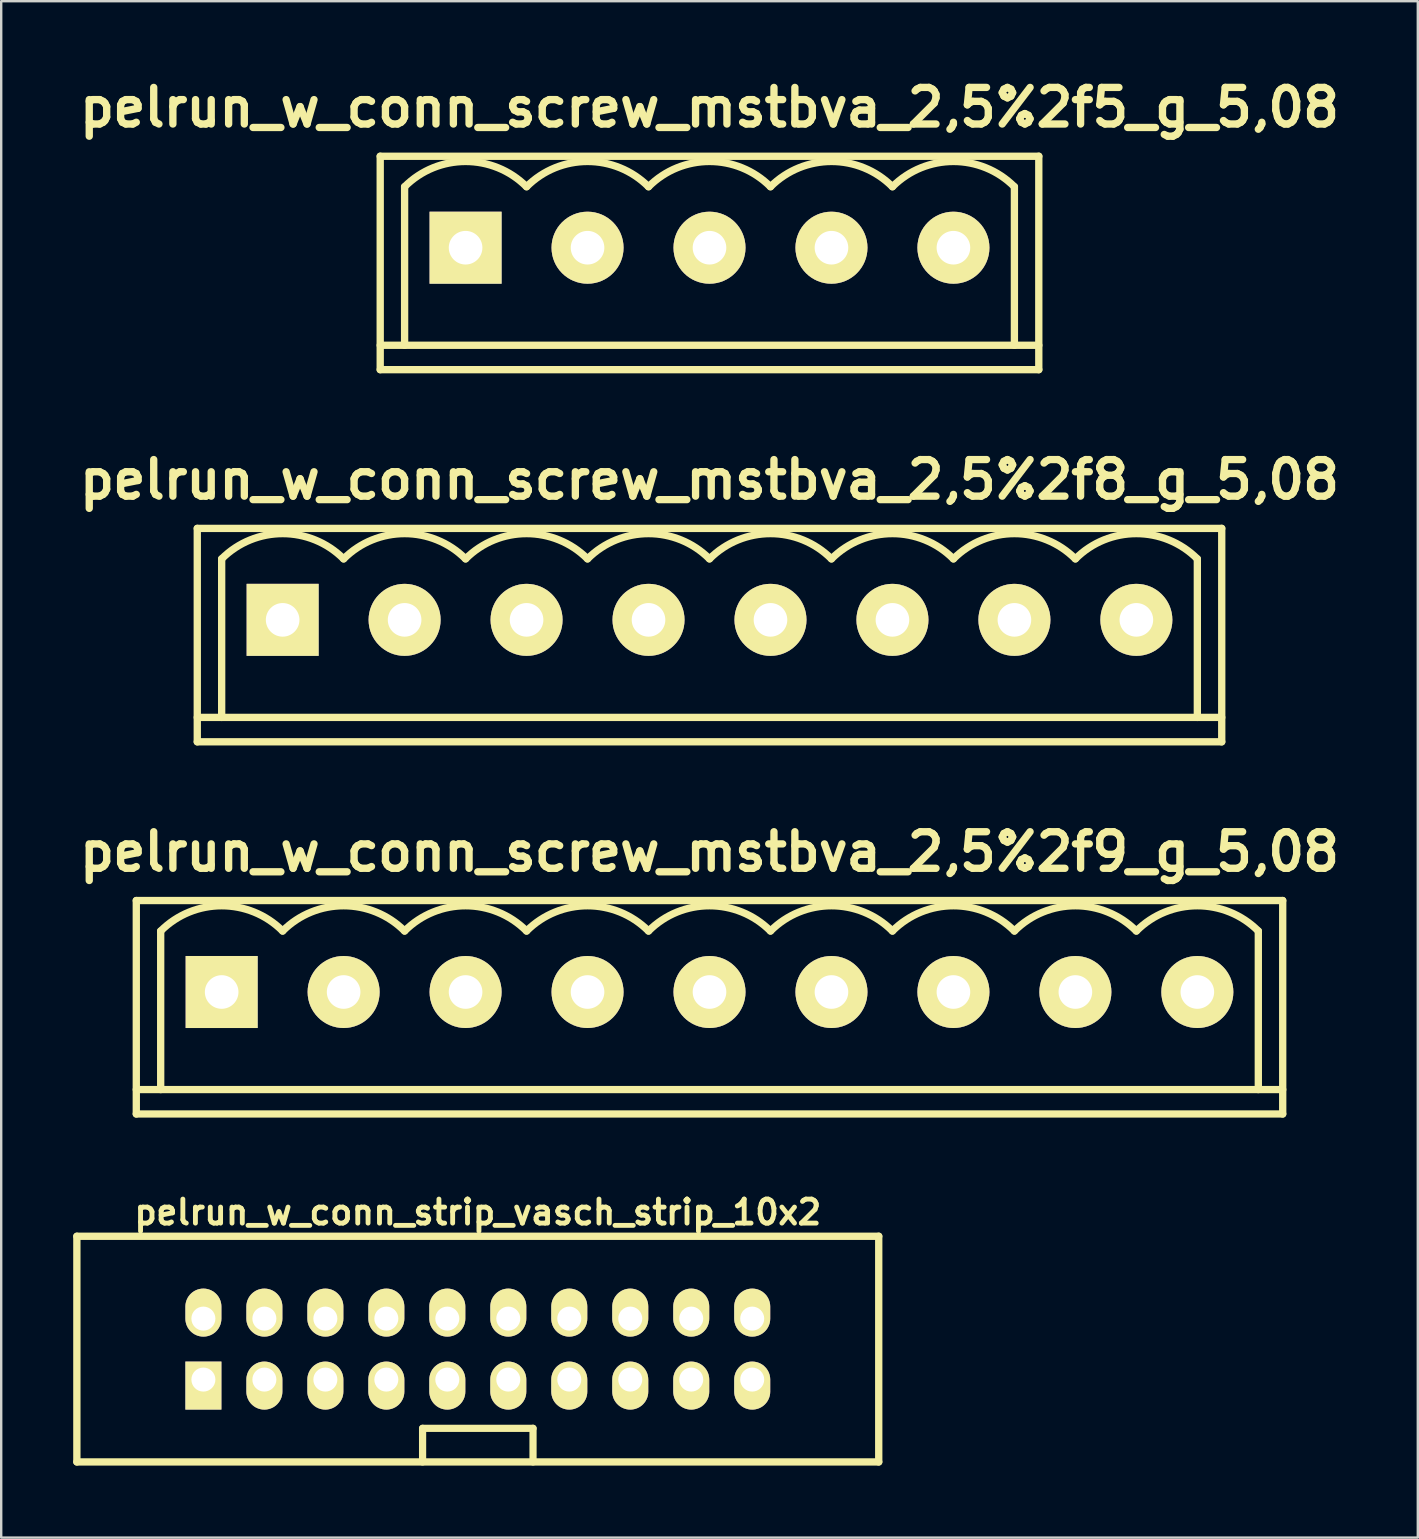
<source format=kicad_pcb>
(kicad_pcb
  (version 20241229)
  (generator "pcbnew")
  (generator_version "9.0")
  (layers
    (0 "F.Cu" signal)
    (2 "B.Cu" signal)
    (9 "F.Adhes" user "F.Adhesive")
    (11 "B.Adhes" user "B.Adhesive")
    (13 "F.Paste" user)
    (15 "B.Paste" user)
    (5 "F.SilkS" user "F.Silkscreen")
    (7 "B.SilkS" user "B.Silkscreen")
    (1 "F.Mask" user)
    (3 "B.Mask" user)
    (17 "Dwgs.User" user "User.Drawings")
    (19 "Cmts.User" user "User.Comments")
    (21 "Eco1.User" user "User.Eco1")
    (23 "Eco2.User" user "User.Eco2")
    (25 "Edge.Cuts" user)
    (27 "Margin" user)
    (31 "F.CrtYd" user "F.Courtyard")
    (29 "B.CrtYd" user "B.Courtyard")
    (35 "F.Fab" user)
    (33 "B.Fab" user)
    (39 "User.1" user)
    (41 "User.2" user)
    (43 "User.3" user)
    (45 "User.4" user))
  (footprint "pelrun_w_conn_screw_mstbva_2,5%2f8_g_5,08"
    (layer "F.Cu")
    (at 26.503 22.769)
    (property "Reference" "pelrun_w_conn_screw_mstbva_2,5%2f8_g_5,08" (at 0 -5.842 0) (layer "F.SilkS") (effects (font (size 1.524 1.524) (thickness 0.305))))
    (attr through_hole)
    (fp_line (start -21.336 -3.81) (end -21.336 5.08) (stroke (width 0.305) (type solid)) (layer "F.SilkS"))
    (fp_line (start -21.336 5.08) (end 21.336 5.08) (stroke (width 0.305) (type solid)) (layer "F.SilkS"))
    (fp_line (start -20.32 -2.54) (end -20.32 4.064) (stroke (width 0.305) (type solid)) (layer "F.SilkS"))
    (fp_line (start 20.32 -2.54) (end 20.32 4.064) (stroke (width 0.305) (type solid)) (layer "F.SilkS"))
    (fp_line (start 21.336 -3.81) (end -21.336 -3.81) (stroke (width 0.305) (type solid)) (layer "F.SilkS"))
    (fp_line (start 21.336 4.064) (end -21.336 4.064) (stroke (width 0.305) (type solid)) (layer "F.SilkS"))
    (fp_line (start 21.336 5.08) (end 21.336 -3.81) (stroke (width 0.305) (type solid)) (layer "F.SilkS"))
    (fp_arc (start -20.32 -2.54) (mid -17.78 -3.592102) (end -15.24 -2.54) (stroke (width 0.3048) (type solid)) (layer "F.SilkS"))
    (fp_arc (start -15.24 -2.54) (mid -12.7 -3.592102) (end -10.16 -2.54) (stroke (width 0.3048) (type solid)) (layer "F.SilkS"))
    (fp_arc (start -10.16 -2.54) (mid -7.62 -3.592102) (end -5.08 -2.54) (stroke (width 0.3048) (type solid)) (layer "F.SilkS"))
    (fp_arc (start -5.08 -2.54) (mid -2.54 -3.592102) (end 0 -2.54) (stroke (width 0.3048) (type solid)) (layer "F.SilkS"))
    (fp_arc (start 0 -2.54) (mid 2.54 -3.592102) (end 5.08 -2.54) (stroke (width 0.3048) (type solid)) (layer "F.SilkS"))
    (fp_arc (start 5.08 -2.54) (mid 7.62 -3.592102) (end 10.16 -2.54) (stroke (width 0.3048) (type solid)) (layer "F.SilkS"))
    (fp_arc (start 10.16 -2.54) (mid 12.7 -3.592102) (end 15.24 -2.54) (stroke (width 0.3048) (type solid)) (layer "F.SilkS"))
    (fp_arc (start 15.24 -2.54) (mid 17.78 -3.592102) (end 20.32 -2.54) (stroke (width 0.3048) (type solid)) (layer "F.SilkS"))
    (pad "1" thru_hole rect (at -17.78 0) (size 3 3) (drill 1.4) (layers "*.Cu" "*.Mask" "F.SilkS"))
    (pad "2" thru_hole circle (at -12.7 0) (size 3 3) (drill 1.4) (layers "*.Cu" "*.Mask" "F.SilkS"))
    (pad "3" thru_hole circle (at -7.62 0) (size 3 3) (drill 1.4) (layers "*.Cu" "*.Mask" "F.SilkS"))
    (pad "4" thru_hole circle (at -2.54 0) (size 3 3) (drill 1.4) (layers "*.Cu" "*.Mask" "F.SilkS"))
    (pad "5" thru_hole circle (at 2.54 0) (size 3 3) (drill 1.4) (layers "*.Cu" "*.Mask" "F.SilkS"))
    (pad "6" thru_hole circle (at 7.62 0) (size 3 3) (drill 1.4) (layers "*.Cu" "*.Mask" "F.SilkS"))
    (pad "7" thru_hole circle (at 12.7 0) (size 3 3) (drill 1.4) (layers "*.Cu" "*.Mask" "F.SilkS"))
    (pad "8" thru_hole circle (at 17.78 0) (size 3 3) (drill 1.4) (layers "*.Cu" "*.Mask" "F.SilkS")))
  (footprint "pelrun_w_conn_screw_mstbva_2,5%2f9_g_5,08"
    (layer "F.Cu")
    (at 26.503 38.27)
    (property "Reference" "pelrun_w_conn_screw_mstbva_2,5%2f9_g_5,08" (at 0 -5.842 0) (layer "F.SilkS") (effects (font (size 1.524 1.524) (thickness 0.305))))
    (attr through_hole)
    (fp_line (start -23.876 -3.81) (end -23.876 5.08) (stroke (width 0.305) (type solid)) (layer "F.SilkS"))
    (fp_line (start -23.876 4.064) (end 23.876 4.064) (stroke (width 0.305) (type solid)) (layer "F.SilkS"))
    (fp_line (start -22.86 -2.54) (end -22.86 4.064) (stroke (width 0.305) (type solid)) (layer "F.SilkS"))
    (fp_line (start 22.86 -2.54) (end 22.86 4.064) (stroke (width 0.305) (type solid)) (layer "F.SilkS"))
    (fp_line (start 23.876 -3.81) (end -23.876 -3.81) (stroke (width 0.305) (type solid)) (layer "F.SilkS"))
    (fp_line (start 23.876 5.08) (end -23.876 5.08) (stroke (width 0.305) (type solid)) (layer "F.SilkS"))
    (fp_line (start 23.876 5.08) (end 23.876 -3.81) (stroke (width 0.305) (type solid)) (layer "F.SilkS"))
    (fp_arc (start -22.86 -2.54) (mid -20.32 -3.592102) (end -17.78 -2.54) (stroke (width 0.3048) (type solid)) (layer "F.SilkS"))
    (fp_arc (start -17.78 -2.54) (mid -15.24 -3.592102) (end -12.7 -2.54) (stroke (width 0.3048) (type solid)) (layer "F.SilkS"))
    (fp_arc (start -12.7 -2.54) (mid -10.16 -3.592102) (end -7.62 -2.54) (stroke (width 0.3048) (type solid)) (layer "F.SilkS"))
    (fp_arc (start -7.62 -2.54) (mid -5.08 -3.592102) (end -2.54 -2.54) (stroke (width 0.3048) (type solid)) (layer "F.SilkS"))
    (fp_arc (start -2.54 -2.54) (mid 0 -3.592102) (end 2.54 -2.54) (stroke (width 0.3048) (type solid)) (layer "F.SilkS"))
    (fp_arc (start 2.54 -2.54) (mid 5.08 -3.592102) (end 7.62 -2.54) (stroke (width 0.3048) (type solid)) (layer "F.SilkS"))
    (fp_arc (start 7.62 -2.54) (mid 10.16 -3.592102) (end 12.7 -2.54) (stroke (width 0.3048) (type solid)) (layer "F.SilkS"))
    (fp_arc (start 12.7 -2.54) (mid 15.24 -3.592102) (end 17.78 -2.54) (stroke (width 0.3048) (type solid)) (layer "F.SilkS"))
    (fp_arc (start 17.78 -2.54) (mid 20.32 -3.592102) (end 22.86 -2.54) (stroke (width 0.3048) (type solid)) (layer "F.SilkS"))
    (pad "1" thru_hole rect (at -20.32 0) (size 3 3) (drill 1.4) (layers "*.Cu" "*.Mask" "F.SilkS"))
    (pad "2" thru_hole circle (at -15.24 0) (size 3 3) (drill 1.4) (layers "*.Cu" "*.Mask" "F.SilkS"))
    (pad "3" thru_hole circle (at -10.16 0) (size 3 3) (drill 1.4) (layers "*.Cu" "*.Mask" "F.SilkS"))
    (pad "4" thru_hole circle (at -5.08 0) (size 3 3) (drill 1.4) (layers "*.Cu" "*.Mask" "F.SilkS"))
    (pad "5" thru_hole circle (at 0 0) (size 3 3) (drill 1.4) (layers "*.Cu" "*.Mask" "F.SilkS"))
    (pad "6" thru_hole circle (at 5.08 0) (size 3 3) (drill 1.4) (layers "*.Cu" "*.Mask" "F.SilkS"))
    (pad "7" thru_hole circle (at 10.16 0) (size 3 3) (drill 1.4) (layers "*.Cu" "*.Mask" "F.SilkS"))
    (pad "8" thru_hole circle (at 15.24 0) (size 3 3) (drill 1.4) (layers "*.Cu" "*.Mask" "F.SilkS"))
    (pad "9" thru_hole circle (at 20.32 0) (size 3 3) (drill 1.4) (layers "*.Cu" "*.Mask" "F.SilkS")))
  (footprint "pelrun_w_conn_screw_mstbva_2,5%2f5_g_5,08"
    (layer "F.Cu")
    (at 26.503 7.268)
    (property "Reference" "pelrun_w_conn_screw_mstbva_2,5%2f5_g_5,08" (at 0 -5.842 0) (layer "F.SilkS") (effects (font (size 1.524 1.524) (thickness 0.305))))
    (attr through_hole)
    (fp_line (start -13.716 -3.81) (end -13.716 5.08) (stroke (width 0.305) (type solid)) (layer "F.SilkS"))
    (fp_line (start -13.716 4.064) (end 13.716 4.064) (stroke (width 0.305) (type solid)) (layer "F.SilkS"))
    (fp_line (start -12.7 -2.54) (end -12.7 4.064) (stroke (width 0.305) (type solid)) (layer "F.SilkS"))
    (fp_line (start 12.7 -2.54) (end 12.7 4.064) (stroke (width 0.305) (type solid)) (layer "F.SilkS"))
    (fp_line (start 13.716 -3.81) (end -13.716 -3.81) (stroke (width 0.305) (type solid)) (layer "F.SilkS"))
    (fp_line (start 13.716 5.08) (end -13.716 5.08) (stroke (width 0.305) (type solid)) (layer "F.SilkS"))
    (fp_line (start 13.716 5.08) (end 13.716 -3.81) (stroke (width 0.305) (type solid)) (layer "F.SilkS"))
    (fp_arc (start -12.7 -2.54) (mid -10.16 -3.592102) (end -7.62 -2.54) (stroke (width 0.3048) (type solid)) (layer "F.SilkS"))
    (fp_arc (start -7.62 -2.54) (mid -5.08 -3.592102) (end -2.54 -2.54) (stroke (width 0.3048) (type solid)) (layer "F.SilkS"))
    (fp_arc (start -2.54 -2.54) (mid 0 -3.592102) (end 2.54 -2.54) (stroke (width 0.3048) (type solid)) (layer "F.SilkS"))
    (fp_arc (start 2.54 -2.54) (mid 5.08 -3.592102) (end 7.62 -2.54) (stroke (width 0.3048) (type solid)) (layer "F.SilkS"))
    (fp_arc (start 7.62 -2.54) (mid 10.16 -3.592102) (end 12.7 -2.54) (stroke (width 0.3048) (type solid)) (layer "F.SilkS"))
    (pad "1" thru_hole rect (at -10.16 0) (size 3 3) (drill 1.4) (layers "*.Cu" "*.Mask" "F.SilkS"))
    (pad "2" thru_hole circle (at -5.08 0) (size 3 3) (drill 1.4) (layers "*.Cu" "*.Mask" "F.SilkS"))
    (pad "3" thru_hole circle (at 0 0) (size 3 3) (drill 1.4) (layers "*.Cu" "*.Mask" "F.SilkS"))
    (pad "4" thru_hole circle (at 5.08 0) (size 3 3) (drill 1.4) (layers "*.Cu" "*.Mask" "F.SilkS"))
    (pad "5" thru_hole circle (at 10.16 0) (size 3 3) (drill 1.4) (layers "*.Cu" "*.Mask" "F.SilkS")))
  (footprint "pelrun_w_conn_strip_vasch_strip_10x2"
    (layer "F.Cu")
    (at 16.852 53.144)
    (property "Reference" "pelrun_w_conn_strip_vasch_strip_10x2" (at 0 -5.7 0) (layer "F.SilkS") (effects (font (size 1 1) (thickness 0.203))))
    (attr through_hole)
    (fp_line (start -16.7 -4.7) (end -16.7 4.7) (stroke (width 0.305) (type solid)) (layer "F.SilkS"))
    (fp_line (start -16.7 4.7) (end 16.7 4.7) (stroke (width 0.305) (type solid)) (layer "F.SilkS"))
    (fp_line (start -2.3 3.3) (end -2.3 4.7) (stroke (width 0.3) (type solid)) (layer "F.SilkS"))
    (fp_line (start 2.3 3.3) (end -2.3 3.3) (stroke (width 0.3) (type solid)) (layer "F.SilkS"))
    (fp_line (start 2.3 4.7) (end 2.3 3.3) (stroke (width 0.3) (type solid)) (layer "F.SilkS"))
    (fp_line (start 16.7 -4.7) (end -16.7 -4.7) (stroke (width 0.305) (type solid)) (layer "F.SilkS"))
    (fp_line (start 16.7 -4.7) (end 16.7 4.7) (stroke (width 0.305) (type solid)) (layer "F.SilkS"))
    (pad "1" thru_hole rect (at -11.43 1.27) (size 1.5 2) (drill 1 (offset 0 0.25)) (layers "*.Cu" "*.Mask" "F.SilkS"))
    (pad "2" thru_hole oval (at -11.43 -1.27) (size 1.5 2) (drill 1 (offset 0 -0.25)) (layers "*.Cu" "*.Mask" "F.SilkS"))
    (pad "3" thru_hole oval (at -8.89 1.27) (size 1.5 2) (drill 1 (offset 0 0.25)) (layers "*.Cu" "*.Mask" "F.SilkS"))
    (pad "4" thru_hole oval (at -8.89 -1.27) (size 1.5 2) (drill 1 (offset 0 -0.25)) (layers "*.Cu" "*.Mask" "F.SilkS"))
    (pad "5" thru_hole oval (at -6.35 1.27) (size 1.5 2) (drill 1 (offset 0 0.25)) (layers "*.Cu" "*.Mask" "F.SilkS"))
    (pad "6" thru_hole oval (at -6.35 -1.27) (size 1.5 2) (drill 1 (offset 0 -0.25)) (layers "*.Cu" "*.Mask" "F.SilkS"))
    (pad "7" thru_hole oval (at -3.81 1.27) (size 1.5 2) (drill 1 (offset 0 0.25)) (layers "*.Cu" "*.Mask" "F.SilkS"))
    (pad "8" thru_hole oval (at -3.81 -1.27) (size 1.5 2) (drill 1 (offset 0 -0.25)) (layers "*.Cu" "*.Mask" "F.SilkS"))
    (pad "9" thru_hole oval (at -1.27 1.27) (size 1.5 2) (drill 1 (offset 0 0.25)) (layers "*.Cu" "*.Mask" "F.SilkS"))
    (pad "10" thru_hole oval (at -1.27 -1.27) (size 1.5 2) (drill 1 (offset 0 -0.25)) (layers "*.Cu" "*.Mask" "F.SilkS"))
    (pad "11" thru_hole oval (at 1.27 1.27) (size 1.5 2) (drill 1 (offset 0 0.25)) (layers "*.Cu" "*.Mask" "F.SilkS"))
    (pad "12" thru_hole oval (at 1.27 -1.27) (size 1.5 2) (drill 1 (offset 0 -0.25)) (layers "*.Cu" "*.Mask" "F.SilkS"))
    (pad "13" thru_hole oval (at 3.81 1.27) (size 1.5 2) (drill 1 (offset 0 0.25)) (layers "*.Cu" "*.Mask" "F.SilkS"))
    (pad "14" thru_hole oval (at 3.81 -1.27) (size 1.5 2) (drill 1 (offset 0 -0.25)) (layers "*.Cu" "*.Mask" "F.SilkS"))
    (pad "15" thru_hole oval (at 6.35 1.27) (size 1.5 2) (drill 1 (offset 0 0.25)) (layers "*.Cu" "*.Mask" "F.SilkS"))
    (pad "16" thru_hole oval (at 6.35 -1.27) (size 1.5 2) (drill 1 (offset 0 -0.25)) (layers "*.Cu" "*.Mask" "F.SilkS"))
    (pad "17" thru_hole oval (at 8.89 1.27) (size 1.5 2) (drill 1 (offset 0 0.25)) (layers "*.Cu" "*.Mask" "F.SilkS"))
    (pad "18" thru_hole oval (at 8.89 -1.27) (size 1.5 2) (drill 1 (offset 0 -0.25)) (layers "*.Cu" "*.Mask" "F.SilkS"))
    (pad "19" thru_hole oval (at 11.43 1.27) (size 1.5 2) (drill 1 (offset 0 0.25)) (layers "*.Cu" "*.Mask" "F.SilkS"))
    (pad "20" thru_hole oval (at 11.43 -1.27) (size 1.5 2) (drill 1 (offset 0 -0.25)) (layers "*.Cu" "*.Mask" "F.SilkS")))
  (gr_rect
    (start -3 -3)
    (end 56.006 60.997)
    (stroke (width 0.1) (type default))
    (fill no)
    (layer "Edge.Cuts")))
</source>
